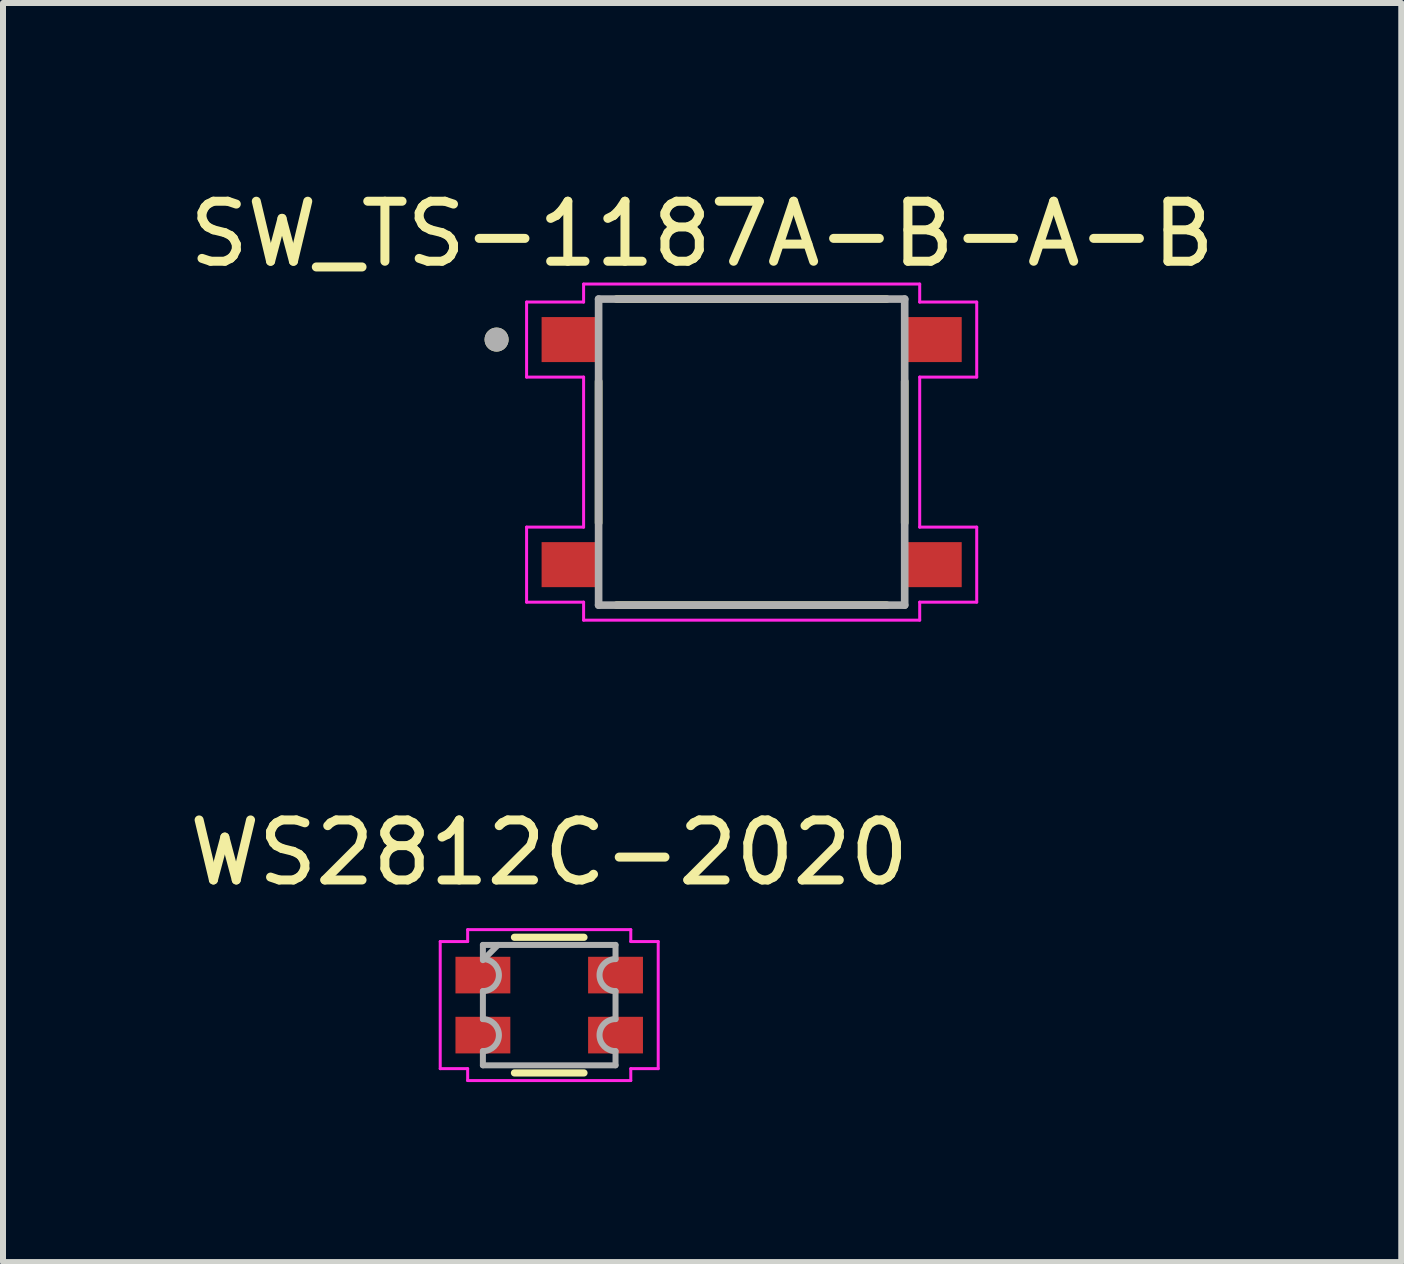
<source format=kicad_pcb>
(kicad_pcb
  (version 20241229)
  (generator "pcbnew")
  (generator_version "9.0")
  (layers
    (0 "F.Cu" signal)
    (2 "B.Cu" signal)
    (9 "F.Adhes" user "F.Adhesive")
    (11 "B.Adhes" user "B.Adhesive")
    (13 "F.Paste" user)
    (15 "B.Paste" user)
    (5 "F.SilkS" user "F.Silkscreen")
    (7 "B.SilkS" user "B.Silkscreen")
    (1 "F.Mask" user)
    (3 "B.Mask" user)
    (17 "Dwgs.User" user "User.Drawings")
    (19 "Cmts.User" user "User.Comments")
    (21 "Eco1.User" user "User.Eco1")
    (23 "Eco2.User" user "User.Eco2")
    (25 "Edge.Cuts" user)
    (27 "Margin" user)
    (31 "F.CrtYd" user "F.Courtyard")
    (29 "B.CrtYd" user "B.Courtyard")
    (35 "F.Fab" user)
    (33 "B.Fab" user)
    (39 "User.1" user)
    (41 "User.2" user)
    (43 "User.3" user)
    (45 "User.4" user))
  (footprint "WS2812C-2020"
    (layer "F.Cu")
    (at 6.101 13.697)
    (property "Reference" "WS2812C-2020" (at 0 -2.54 0) (layer "F.SilkS") (effects (font (size 1 1) (thickness 0.15))))
    (attr smd)
    (fp_line (start -0.579 -1.13) (end 0.579 -1.13) (stroke (width 0.12) (type solid)) (layer "F.SilkS"))
    (fp_line (start -0.579 1.13) (end 0.579 1.13) (stroke (width 0.12) (type solid)) (layer "F.SilkS"))
    (fp_line (start -1.816 -1.059) (end -1.359 -1.059) (stroke (width 0.05) (type solid)) (layer "F.CrtYd"))
    (fp_line (start -1.816 1.059) (end -1.816 -1.059) (stroke (width 0.05) (type solid)) (layer "F.CrtYd"))
    (fp_line (start -1.359 -1.257) (end 1.359 -1.257) (stroke (width 0.05) (type solid)) (layer "F.CrtYd"))
    (fp_line (start -1.359 -1.059) (end -1.359 -1.257) (stroke (width 0.05) (type solid)) (layer "F.CrtYd"))
    (fp_line (start -1.359 1.059) (end -1.816 1.059) (stroke (width 0.05) (type solid)) (layer "F.CrtYd"))
    (fp_line (start -1.359 1.257) (end -1.359 1.059) (stroke (width 0.05) (type solid)) (layer "F.CrtYd"))
    (fp_line (start 1.359 -1.257) (end 1.359 -1.059) (stroke (width 0.05) (type solid)) (layer "F.CrtYd"))
    (fp_line (start 1.359 1.059) (end 1.359 1.257) (stroke (width 0.05) (type solid)) (layer "F.CrtYd"))
    (fp_line (start 1.359 1.257) (end -1.359 1.257) (stroke (width 0.05) (type solid)) (layer "F.CrtYd"))
    (fp_line (start 1.816 -1.059) (end 1.359 -1.059) (stroke (width 0.05) (type solid)) (layer "F.CrtYd"))
    (fp_line (start 1.816 -1.059) (end 1.816 1.059) (stroke (width 0.05) (type solid)) (layer "F.CrtYd"))
    (fp_line (start 1.816 1.059) (end 1.359 1.059) (stroke (width 0.05) (type solid)) (layer "F.CrtYd"))
    (fp_line (start -1.105 -1.003) (end 1.105 -1.003) (stroke (width 0.1) (type solid)) (layer "F.Fab"))
    (fp_line (start -1.105 -0.767) (end -1.105 -1.003) (stroke (width 0.1) (type solid)) (layer "F.Fab"))
    (fp_line (start -1.105 -0.233) (end -1.105 0.233) (stroke (width 0.1) (type solid)) (layer "F.Fab"))
    (fp_line (start -1.105 0.767) (end -1.105 1.003) (stroke (width 0.1) (type solid)) (layer "F.Fab"))
    (fp_line (start -1.105 1.003) (end 1.105 1.003) (stroke (width 0.1) (type solid)) (layer "F.Fab"))
    (fp_line (start -0.851 -1.003) (end -1.105 -0.749) (stroke (width 0.1) (type solid)) (layer "F.Fab"))
    (fp_line (start 1.105 -0.767) (end 1.105 -1.003) (stroke (width 0.1) (type solid)) (layer "F.Fab"))
    (fp_line (start 1.105 -0.233) (end 1.105 0.233) (stroke (width 0.1) (type solid)) (layer "F.Fab"))
    (fp_line (start 1.105 0.767) (end 1.105 1.003) (stroke (width 0.1) (type solid)) (layer "F.Fab"))
    (fp_arc (start -1.1049 -0.766699) (mid -0.8382 -0.499999) (end -1.1049 -0.233299) (stroke (width 0.1) (type solid)) (layer "F.Fab"))
    (fp_arc (start -1.1049 0.233299) (mid -0.8382 0.499999) (end -1.1049 0.766699) (stroke (width 0.1) (type solid)) (layer "F.Fab"))
    (fp_arc (start 1.1049 -0.233299) (mid 0.8382 -0.499999) (end 1.1049 -0.766699) (stroke (width 0.1) (type solid)) (layer "F.Fab"))
    (fp_arc (start 1.1049 0.766699) (mid 0.8382 0.499999) (end 1.1049 0.233299) (stroke (width 0.1) (type solid)) (layer "F.Fab"))
    (pad "1" smd rect (at 1.105 0.5) (size 0.914 0.61) (layers "F.Cu" "F.Mask" "F.Paste"))
    (pad "2" smd rect (at 1.105 -0.5) (size 0.914 0.61) (layers "F.Cu" "F.Mask" "F.Paste"))
    (pad "3" smd rect (at -1.105 -0.5) (size 0.914 0.61) (layers "F.Cu" "F.Mask" "F.Paste"))
    (pad "4" smd rect (at -1.105 0.5) (size 0.914 0.61) (layers "F.Cu" "F.Mask" "F.Paste")))
  (footprint "SW_TS-1187A-B-A-B"
    (layer "F.Cu")
    (at 9.474 4.483)
    (property "Reference" "SW_TS-1187A-B-A-B" (at -0.825 -3.635 0) (layer "F.SilkS") (effects (font (size 1 1) (thickness 0.15))))
    (attr through_hole)
    (fp_line (start -2.55 -1.18) (end -2.55 1.18) (stroke (width 0.127) (type solid)) (layer "F.SilkS"))
    (fp_line (start 2.25 -2.55) (end -2.25 -2.55) (stroke (width 0.127) (type solid)) (layer "F.SilkS"))
    (fp_line (start 2.25 2.55) (end -2.25 2.55) (stroke (width 0.127) (type solid)) (layer "F.SilkS"))
    (fp_line (start 2.55 1.18) (end 2.55 -1.18) (stroke (width 0.127) (type solid)) (layer "F.SilkS"))
    (fp_circle (center -4.25 -1.875) (end -4.15 -1.875) (stroke (width 0.2) (type solid)) (fill no) (layer "F.SilkS"))
    (fp_line (start -3.75 -2.5) (end -3.75 -1.25) (stroke (width 0.05) (type solid)) (layer "F.CrtYd"))
    (fp_line (start -3.75 -2.5) (end -2.8 -2.5) (stroke (width 0.05) (type solid)) (layer "F.CrtYd"))
    (fp_line (start -3.75 -1.25) (end -2.8 -1.25) (stroke (width 0.05) (type solid)) (layer "F.CrtYd"))
    (fp_line (start -3.75 1.25) (end -2.8 1.25) (stroke (width 0.05) (type solid)) (layer "F.CrtYd"))
    (fp_line (start -3.75 2.5) (end -3.75 1.25) (stroke (width 0.05) (type solid)) (layer "F.CrtYd"))
    (fp_line (start -3.75 2.5) (end -2.8 2.5) (stroke (width 0.05) (type solid)) (layer "F.CrtYd"))
    (fp_line (start -2.8 -2.8) (end -2.8 -2.5) (stroke (width 0.05) (type solid)) (layer "F.CrtYd"))
    (fp_line (start -2.8 -1.25) (end -2.8 1.25) (stroke (width 0.05) (type solid)) (layer "F.CrtYd"))
    (fp_line (start -2.8 2.8) (end -2.8 2.5) (stroke (width 0.05) (type solid)) (layer "F.CrtYd"))
    (fp_line (start -2.8 2.8) (end 2.8 2.8) (stroke (width 0.05) (type solid)) (layer "F.CrtYd"))
    (fp_line (start 2.8 -2.8) (end -2.8 -2.8) (stroke (width 0.05) (type solid)) (layer "F.CrtYd"))
    (fp_line (start 2.8 -2.8) (end 2.8 -2.5) (stroke (width 0.05) (type solid)) (layer "F.CrtYd"))
    (fp_line (start 2.8 -1.25) (end 2.8 1.25) (stroke (width 0.05) (type solid)) (layer "F.CrtYd"))
    (fp_line (start 2.8 2.8) (end 2.8 2.5) (stroke (width 0.05) (type solid)) (layer "F.CrtYd"))
    (fp_line (start 3.75 -2.5) (end 2.8 -2.5) (stroke (width 0.05) (type solid)) (layer "F.CrtYd"))
    (fp_line (start 3.75 -2.5) (end 3.75 -1.25) (stroke (width 0.05) (type solid)) (layer "F.CrtYd"))
    (fp_line (start 3.75 -1.25) (end 2.8 -1.25) (stroke (width 0.05) (type solid)) (layer "F.CrtYd"))
    (fp_line (start 3.75 1.25) (end 2.8 1.25) (stroke (width 0.05) (type solid)) (layer "F.CrtYd"))
    (fp_line (start 3.75 2.5) (end 2.8 2.5) (stroke (width 0.05) (type solid)) (layer "F.CrtYd"))
    (fp_line (start 3.75 2.5) (end 3.75 1.25) (stroke (width 0.05) (type solid)) (layer "F.CrtYd"))
    (fp_line (start -2.55 -2.55) (end -2.55 2.55) (stroke (width 0.127) (type solid)) (layer "F.Fab"))
    (fp_line (start -2.55 2.55) (end 2.55 2.55) (stroke (width 0.127) (type solid)) (layer "F.Fab"))
    (fp_line (start 2.55 -2.55) (end -2.55 -2.55) (stroke (width 0.127) (type solid)) (layer "F.Fab"))
    (fp_line (start 2.55 2.55) (end 2.55 -2.55) (stroke (width 0.127) (type solid)) (layer "F.Fab"))
    (fp_circle (center -4.25 -1.875) (end -4.15 -1.875) (stroke (width 0.2) (type solid)) (fill no) (layer "F.Fab"))
    (pad "1" smd rect (at 3 -1.875) (size 1 0.75) (layers "F.Cu" "F.Mask" "F.Paste"))
    (pad "2" smd rect (at 3 1.875) (size 1 0.75) (layers "F.Cu" "F.Mask" "F.Paste"))
    (pad "3" smd rect (at -3 -1.875) (size 1 0.75) (layers "F.Cu" "F.Mask" "F.Paste"))
    (pad "4" smd rect (at -3 1.875) (size 1 0.75) (layers "F.Cu" "F.Mask" "F.Paste")))
  (gr_rect
    (start -3 -3)
    (end 20.298 17.979)
    (stroke (width 0.1) (type default))
    (fill no)
    (layer "Edge.Cuts")))
</source>
